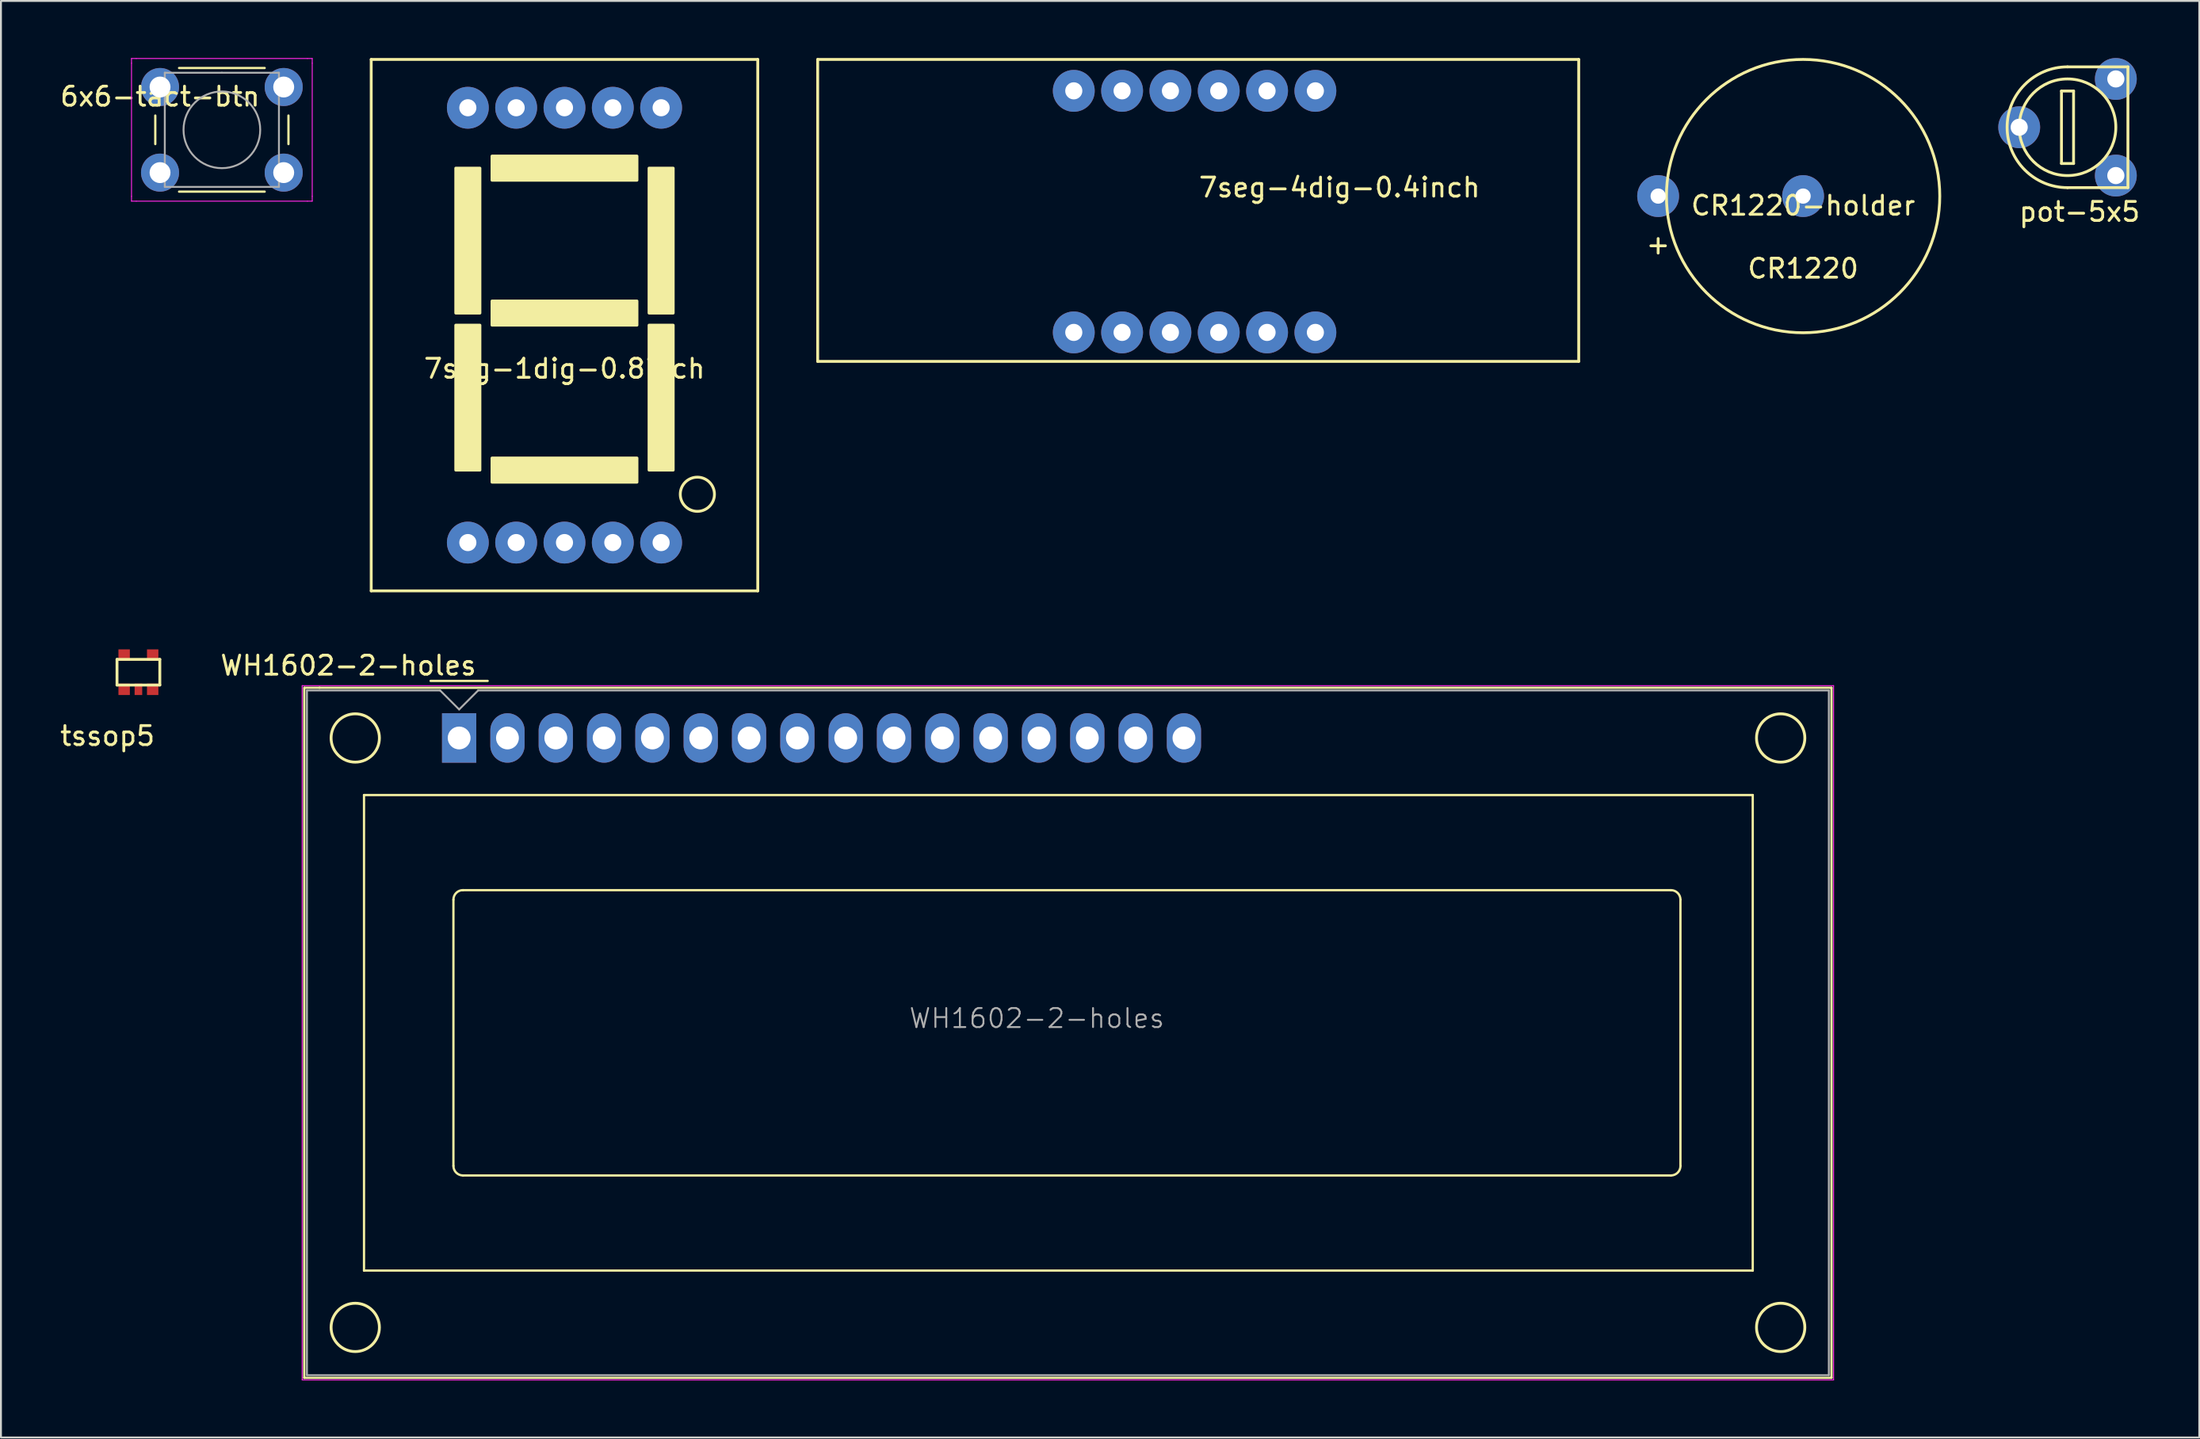
<source format=kicad_pcb>
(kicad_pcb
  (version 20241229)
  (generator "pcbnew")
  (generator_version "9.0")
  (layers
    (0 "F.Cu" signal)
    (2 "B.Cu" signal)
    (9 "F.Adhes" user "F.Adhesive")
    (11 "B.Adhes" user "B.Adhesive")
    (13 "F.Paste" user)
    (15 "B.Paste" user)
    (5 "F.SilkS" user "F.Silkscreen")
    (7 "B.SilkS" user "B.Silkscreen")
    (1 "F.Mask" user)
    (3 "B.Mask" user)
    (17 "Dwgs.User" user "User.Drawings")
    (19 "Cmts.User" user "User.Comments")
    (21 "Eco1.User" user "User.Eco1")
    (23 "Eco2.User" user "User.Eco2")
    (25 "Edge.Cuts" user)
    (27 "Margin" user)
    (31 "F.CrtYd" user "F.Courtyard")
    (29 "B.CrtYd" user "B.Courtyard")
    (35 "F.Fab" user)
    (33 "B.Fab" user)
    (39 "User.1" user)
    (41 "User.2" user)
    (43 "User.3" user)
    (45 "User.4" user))
  (footprint "CR1220-holder"
    (layer "F.Cu")
    (at 91.733 7.259)
    (property "Reference" "CR1220-holder" (at 0 0.5 0) (layer "F.SilkS") (effects (font (size 1 1) (thickness 0.15))))
    (attr through_hole)
    (fp_circle (center 0 0) (end 5.08 5.08) (stroke (width 0.15) (type solid)) (fill no) (layer "F.SilkS"))
    (fp_text user "CR1220" (at 0 3.81 0) (layer "F.SilkS") (effects (font (size 1 1) (thickness 0.15))))
    (fp_text user "+" (at -7.62 2.54 0) (layer "F.SilkS") (effects (font (size 1 1) (thickness 0.15))))
    (pad "1" thru_hole circle (at -7.62 0) (size 2.2 2.2) (drill 0.8) (layers "*.Cu" "*.Mask"))
    (pad "2" thru_hole circle (at 0 0) (size 2.2 2.2) (drill 0.8) (layers "*.Cu" "*.Mask")))
  (footprint "6x6-tact-btn"
    (layer "F.Cu")
    (at 5.363 1.525)
    (property "Reference" "6x6-tact-btn" (at 0 0.5 0) (layer "F.SilkS") (effects (font (size 1 1) (thickness 0.15))))
    (attr through_hole)
    (fp_line (start -0.25 1.5) (end -0.25 3) (stroke (width 0.12) (type solid)) (layer "F.SilkS"))
    (fp_line (start 1 5.5) (end 5.5 5.5) (stroke (width 0.12) (type solid)) (layer "F.SilkS"))
    (fp_line (start 5.5 -1) (end 1 -1) (stroke (width 0.12) (type solid)) (layer "F.SilkS"))
    (fp_line (start 6.75 3) (end 6.75 1.5) (stroke (width 0.12) (type solid)) (layer "F.SilkS"))
    (fp_line (start -1.5 -1.5) (end -1.25 -1.5) (stroke (width 0.05) (type solid)) (layer "F.CrtYd"))
    (fp_line (start -1.5 -1.25) (end -1.5 -1.5) (stroke (width 0.05) (type solid)) (layer "F.CrtYd"))
    (fp_line (start -1.5 5.75) (end -1.5 -1.25) (stroke (width 0.05) (type solid)) (layer "F.CrtYd"))
    (fp_line (start -1.5 5.75) (end -1.5 6) (stroke (width 0.05) (type solid)) (layer "F.CrtYd"))
    (fp_line (start -1.5 6) (end -1.25 6) (stroke (width 0.05) (type solid)) (layer "F.CrtYd"))
    (fp_line (start -1.25 -1.5) (end 7.75 -1.5) (stroke (width 0.05) (type solid)) (layer "F.CrtYd"))
    (fp_line (start 7.75 -1.5) (end 8 -1.5) (stroke (width 0.05) (type solid)) (layer "F.CrtYd"))
    (fp_line (start 7.75 6) (end -1.25 6) (stroke (width 0.05) (type solid)) (layer "F.CrtYd"))
    (fp_line (start 7.75 6) (end 8 6) (stroke (width 0.05) (type solid)) (layer "F.CrtYd"))
    (fp_line (start 8 -1.5) (end 8 -1.25) (stroke (width 0.05) (type solid)) (layer "F.CrtYd"))
    (fp_line (start 8 -1.25) (end 8 5.75) (stroke (width 0.05) (type solid)) (layer "F.CrtYd"))
    (fp_line (start 8 6) (end 8 5.75) (stroke (width 0.05) (type solid)) (layer "F.CrtYd"))
    (fp_line (start 0.25 -0.75) (end 3.25 -0.75) (stroke (width 0.1) (type solid)) (layer "F.Fab"))
    (fp_line (start 0.25 5.25) (end 0.25 -0.75) (stroke (width 0.1) (type solid)) (layer "F.Fab"))
    (fp_line (start 3.25 -0.75) (end 6.25 -0.75) (stroke (width 0.1) (type solid)) (layer "F.Fab"))
    (fp_line (start 6.25 -0.75) (end 6.25 5.25) (stroke (width 0.1) (type solid)) (layer "F.Fab"))
    (fp_line (start 6.25 5.25) (end 0.25 5.25) (stroke (width 0.1) (type solid)) (layer "F.Fab"))
    (fp_circle (center 3.25 2.25) (end 1.25 2.5) (stroke (width 0.1) (type solid)) (fill no) (layer "F.Fab"))
    (pad "1" thru_hole circle (at 0 0 90) (size 2 2) (drill 1.1) (layers "*.Cu" "*.Mask"))
    (pad "1" thru_hole circle (at 6.5 0 90) (size 2 2) (drill 1.1) (layers "*.Cu" "*.Mask"))
    (pad "2" thru_hole circle (at 0 4.5 90) (size 2 2) (drill 1.1) (layers "*.Cu" "*.Mask"))
    (pad "2" thru_hole circle (at 6.5 4.5 90) (size 2 2) (drill 1.1) (layers "*.Cu" "*.Mask")))
  (footprint "7seg-4dig-0.4inch"
    (layer "F.Cu")
    (at 59.745 8.076)
    (property "Reference" "7seg-4dig-0.4inch" (at 7.62 -1.27 0) (layer "F.SilkS") (effects (font (size 1 1) (thickness 0.15))))
    (attr through_hole)
    (fp_line (start -19.812 -8.001) (end 20.193 -8.001) (stroke (width 0.15) (type solid)) (layer "F.SilkS"))
    (fp_line (start -19.812 7.874) (end -19.812 -8.001) (stroke (width 0.15) (type solid)) (layer "F.SilkS"))
    (fp_line (start 20.193 -8.001) (end 20.193 7.874) (stroke (width 0.15) (type solid)) (layer "F.SilkS"))
    (fp_line (start 20.193 7.874) (end -19.812 7.874) (stroke (width 0.15) (type solid)) (layer "F.SilkS"))
    (pad "1" thru_hole circle (at -6.35 -6.35) (size 2.2 2.2) (drill 0.9) (layers "*.Cu" "*.Mask"))
    (pad "2" thru_hole circle (at -3.81 -6.35) (size 2.2 2.2) (drill 0.9) (layers "*.Cu" "*.Mask"))
    (pad "3" thru_hole circle (at -1.27 -6.35) (size 2.2 2.2) (drill 0.9) (layers "*.Cu" "*.Mask"))
    (pad "4" thru_hole circle (at 1.27 -6.35) (size 2.2 2.2) (drill 0.9) (layers "*.Cu" "*.Mask"))
    (pad "5" thru_hole circle (at 3.81 -6.35) (size 2.2 2.2) (drill 0.9) (layers "*.Cu" "*.Mask"))
    (pad "6" thru_hole circle (at 6.35 -6.35) (size 2.2 2.2) (drill 0.9) (layers "*.Cu" "*.Mask"))
    (pad "7" thru_hole circle (at 6.35 6.35) (size 2.2 2.2) (drill 0.9) (layers "*.Cu" "*.Mask"))
    (pad "8" thru_hole circle (at 3.81 6.35) (size 2.2 2.2) (drill 0.9) (layers "*.Cu" "*.Mask"))
    (pad "9" thru_hole circle (at 1.27 6.35) (size 2.2 2.2) (drill 0.9) (layers "*.Cu" "*.Mask"))
    (pad "10" thru_hole circle (at -1.27 6.35) (size 2.2 2.2) (drill 0.9) (layers "*.Cu" "*.Mask"))
    (pad "11" thru_hole circle (at -3.81 6.35) (size 2.2 2.2) (drill 0.9) (layers "*.Cu" "*.Mask"))
    (pad "12" thru_hole circle (at -6.35 6.35) (size 2.2 2.2) (drill 0.9) (layers "*.Cu" "*.Mask")))
  (footprint "tssop5"
    (layer "F.Cu")
    (at 2.601 35.14)
    (property "Reference" "tssop5" (at 0 0.5 0) (layer "F.SilkS") (effects (font (size 1 1) (thickness 0.15))))
    (attr through_hole)
    (fp_line (start 0.5 -3.525) (end 2.75 -3.525) (stroke (width 0.15) (type solid)) (layer "F.SilkS"))
    (fp_line (start 0.5 -2.175) (end 0.5 -3.525) (stroke (width 0.15) (type solid)) (layer "F.SilkS"))
    (fp_line (start 2.75 -3.525) (end 2.75 -2.175) (stroke (width 0.15) (type solid)) (layer "F.SilkS"))
    (fp_line (start 2.75 -2.175) (end 0.5 -2.175) (stroke (width 0.15) (type solid)) (layer "F.SilkS"))
    (pad "1" smd rect (at 0.875 -1.95) (size 0.6 0.6) (layers "F.Cu" "F.Mask" "F.Paste"))
    (pad "2" smd rect (at 1.625 -1.95) (size 0.4 0.6) (layers "F.Cu" "F.Mask" "F.Paste"))
    (pad "3" smd rect (at 2.375 -1.95) (size 0.6 0.6) (layers "F.Cu" "F.Mask" "F.Paste"))
    (pad "4" smd rect (at 2.375 -3.75) (size 0.6 0.6) (layers "F.Cu" "F.Mask" "F.Paste"))
    (pad "5" smd rect (at 0.875 -3.75) (size 0.6 0.6) (layers "F.Cu" "F.Mask" "F.Paste")))
  (footprint "7seg-1dig-0.8inch"
    (layer "F.Cu")
    (at 26.623 15.315)
    (property "Reference" "7seg-1dig-0.8inch" (at 0 1.016 0) (layer "F.SilkS") (effects (font (size 1 1) (thickness 0.15))))
    (attr through_hole)
    (fp_line (start -10.16 -15.24) (end 10.16 -15.24) (stroke (width 0.15) (type solid)) (layer "F.SilkS"))
    (fp_line (start -10.16 12.7) (end -10.16 -15.24) (stroke (width 0.15) (type solid)) (layer "F.SilkS"))
    (fp_line (start 10.16 -15.24) (end 10.16 12.7) (stroke (width 0.15) (type solid)) (layer "F.SilkS"))
    (fp_line (start 10.16 12.7) (end -10.16 12.7) (stroke (width 0.15) (type solid)) (layer "F.SilkS"))
    (fp_circle (center 6.985 7.62) (end 7.62 8.255) (stroke (width 0.15) (type solid)) (fill no) (layer "F.SilkS"))
    (fp_poly (pts (xy -4.445 -9.525) (xy -4.445 -1.905) (xy -5.715 -1.905) (xy -5.715 -9.525)) (stroke (width 0.15) (type solid)) (fill yes) (layer "F.SilkS"))
    (fp_poly (pts (xy -4.445 -1.27) (xy -4.445 6.35) (xy -5.715 6.35) (xy -5.715 -1.27)) (stroke (width 0.15) (type solid)) (fill yes) (layer "F.SilkS"))
    (fp_poly (pts (xy -3.81 -10.16) (xy 3.81 -10.16) (xy 3.81 -8.89) (xy -3.81 -8.89)) (stroke (width 0.15) (type solid)) (fill yes) (layer "F.SilkS"))
    (fp_poly (pts (xy -3.81 -2.54) (xy 3.81 -2.54) (xy 3.81 -1.27) (xy -3.81 -1.27)) (stroke (width 0.15) (type solid)) (fill yes) (layer "F.SilkS"))
    (fp_poly (pts (xy -3.81 5.715) (xy 3.81 5.715) (xy 3.81 6.985) (xy -3.81 6.985)) (stroke (width 0.15) (type solid)) (fill yes) (layer "F.SilkS"))
    (fp_poly (pts (xy 5.715 -9.525) (xy 5.715 -1.905) (xy 4.445 -1.905) (xy 4.445 -9.525)) (stroke (width 0.15) (type solid)) (fill yes) (layer "F.SilkS"))
    (fp_poly (pts (xy 5.715 -1.27) (xy 5.715 6.35) (xy 4.445 6.35) (xy 4.445 -1.27)) (stroke (width 0.15) (type solid)) (fill yes) (layer "F.SilkS"))
    (pad "1" thru_hole circle (at -5.08 10.16) (size 2.2 2.2) (drill 0.9) (layers "*.Cu" "*.Mask"))
    (pad "2" thru_hole circle (at -2.54 10.16) (size 2.2 2.2) (drill 0.9) (layers "*.Cu" "*.Mask"))
    (pad "3" thru_hole circle (at 0 10.16) (size 2.2 2.2) (drill 0.9) (layers "*.Cu" "*.Mask"))
    (pad "4" thru_hole circle (at 2.54 10.16) (size 2.2 2.2) (drill 0.9) (layers "*.Cu" "*.Mask"))
    (pad "5" thru_hole circle (at 5.08 10.16) (size 2.2 2.2) (drill 0.9) (layers "*.Cu" "*.Mask"))
    (pad "6" thru_hole circle (at 5.08 -12.7) (size 2.2 2.2) (drill 0.9) (layers "*.Cu" "*.Mask"))
    (pad "7" thru_hole circle (at 2.54 -12.7) (size 2.2 2.2) (drill 0.9) (layers "*.Cu" "*.Mask"))
    (pad "8" thru_hole circle (at 0 -12.7) (size 2.2 2.2) (drill 0.9) (layers "*.Cu" "*.Mask"))
    (pad "9" thru_hole circle (at -2.54 -12.7) (size 2.2 2.2) (drill 0.9) (layers "*.Cu" "*.Mask"))
    (pad "10" thru_hole circle (at -5.08 -12.7) (size 2.2 2.2) (drill 0.9) (layers "*.Cu" "*.Mask")))
  (footprint "pot-5x5"
    (layer "F.Cu")
    (at 105.632 3.64)
    (property "Reference" "pot-5x5" (at 0.635 4.445 0) (layer "F.SilkS") (effects (font (size 1 1) (thickness 0.15))))
    (attr through_hole)
    (fp_line (start -0.318 -1.905) (end 0.318 -1.905) (stroke (width 0.15) (type solid)) (layer "F.SilkS"))
    (fp_line (start -0.318 1.905) (end -0.318 -1.905) (stroke (width 0.15) (type solid)) (layer "F.SilkS"))
    (fp_line (start 0 -3.175) (end 3.175 -3.175) (stroke (width 0.15) (type solid)) (layer "F.SilkS"))
    (fp_line (start 0.318 -1.905) (end 0.318 1.905) (stroke (width 0.15) (type solid)) (layer "F.SilkS"))
    (fp_line (start 0.318 1.905) (end -0.318 1.905) (stroke (width 0.15) (type solid)) (layer "F.SilkS"))
    (fp_line (start 3.175 -3.175) (end 3.175 3.175) (stroke (width 0.15) (type solid)) (layer "F.SilkS"))
    (fp_line (start 3.175 3.175) (end 0 3.175) (stroke (width 0.15) (type solid)) (layer "F.SilkS"))
    (fp_arc (start 0 3.175) (mid -3.175 0) (end 0 -3.175) (stroke (width 0.15) (type solid)) (layer "F.SilkS"))
    (fp_circle (center 0 0) (end 0 -2.54) (stroke (width 0.15) (type solid)) (fill no) (layer "F.SilkS"))
    (pad "1" thru_hole circle (at 2.54 2.54) (size 2.2 2.2) (drill 0.9) (layers "*.Cu" "*.Mask"))
    (pad "2" thru_hole circle (at -2.54 0) (size 2.2 2.2) (drill 0.9) (layers "*.Cu" "*.Mask"))
    (pad "3" thru_hole circle (at 2.54 -2.54) (size 2.2 2.2) (drill 0.9) (layers "*.Cu" "*.Mask")))
  (footprint "WH1602-2-holes"
    (layer "F.Cu")
    (at 21.085 35.748)
    (property "Reference" "WH1602-2-holes" (at -5.82 -3.81 0) (layer "F.SilkS") (effects (font (size 1 1) (thickness 0.15))))
    (attr through_hole)
    (fp_line (start -8.14 -2.64) (end -8.14 33.64) (stroke (width 0.12) (type solid)) (layer "F.SilkS"))
    (fp_line (start -8.14 33.64) (end 72.14 33.64) (stroke (width 0.12) (type solid)) (layer "F.SilkS"))
    (fp_line (start -8.13 -2.64) (end -7.34 -2.64) (stroke (width 0.12) (type solid)) (layer "F.SilkS"))
    (fp_line (start -5 3) (end 68 3) (stroke (width 0.12) (type solid)) (layer "F.SilkS"))
    (fp_line (start -5 28) (end -5 3) (stroke (width 0.12) (type solid)) (layer "F.SilkS"))
    (fp_line (start -1.5 -3) (end 1.5 -3) (stroke (width 0.12) (type solid)) (layer "F.SilkS"))
    (fp_line (start -0.3 22.499) (end -0.3 8.5) (stroke (width 0.12) (type solid)) (layer "F.SilkS"))
    (fp_line (start 0.2 8) (end 63.7 8) (stroke (width 0.12) (type solid)) (layer "F.SilkS"))
    (fp_line (start 63.701 23) (end 0.2 23) (stroke (width 0.12) (type solid)) (layer "F.SilkS"))
    (fp_line (start 64.2 8.5) (end 64.2 22.5) (stroke (width 0.12) (type solid)) (layer "F.SilkS"))
    (fp_line (start 68 3) (end 68 28) (stroke (width 0.12) (type solid)) (layer "F.SilkS"))
    (fp_line (start 68 28) (end -5 28) (stroke (width 0.12) (type solid)) (layer "F.SilkS"))
    (fp_line (start 72.14 -2.64) (end -7.34 -2.64) (stroke (width 0.12) (type solid)) (layer "F.SilkS"))
    (fp_line (start 72.14 33.64) (end 72.14 -2.64) (stroke (width 0.12) (type solid)) (layer "F.SilkS"))
    (fp_arc (start -0.29972 8.49884) (mid -0.153162 8.145018) (end 0.20066 7.99846) (stroke (width 0.12) (type solid)) (layer "F.SilkS"))
    (fp_arc (start 0.20066 22.9997) (mid -0.153162 22.853142) (end -0.29972 22.49932) (stroke (width 0.12) (type solid)) (layer "F.SilkS"))
    (fp_arc (start 63.7 8) (mid 64.053553 8.146447) (end 64.2 8.5) (stroke (width 0.12) (type solid)) (layer "F.SilkS"))
    (fp_arc (start 64.20104 22.49932) (mid 64.054482 22.853142) (end 63.70066 22.9997) (stroke (width 0.12) (type solid)) (layer "F.SilkS"))
    (fp_circle (center -5.461 0) (end -4.699 1.016) (stroke (width 0.15) (type solid)) (fill no) (layer "F.SilkS"))
    (fp_circle (center -5.461 30.988) (end -4.699 32.004) (stroke (width 0.15) (type solid)) (fill no) (layer "F.SilkS"))
    (fp_circle (center 69.469 0) (end 70.231 1.016) (stroke (width 0.15) (type solid)) (fill no) (layer "F.SilkS"))
    (fp_circle (center 69.469 30.988) (end 70.231 32.004) (stroke (width 0.15) (type solid)) (fill no) (layer "F.SilkS"))
    (fp_line (start -8.25 -2.75) (end -8.25 33.75) (stroke (width 0.05) (type solid)) (layer "F.CrtYd"))
    (fp_line (start -8.25 -2.75) (end 72.25 -2.75) (stroke (width 0.05) (type solid)) (layer "F.CrtYd"))
    (fp_line (start -8.25 33.75) (end 72.25 33.75) (stroke (width 0.05) (type solid)) (layer "F.CrtYd"))
    (fp_line (start 72.25 -2.75) (end 72.25 33.75) (stroke (width 0.05) (type solid)) (layer "F.CrtYd"))
    (fp_line (start -8 33.5) (end -8 -2.5) (stroke (width 0.1) (type solid)) (layer "F.Fab"))
    (fp_line (start -1 -2.5) (end -8 -2.5) (stroke (width 0.1) (type solid)) (layer "F.Fab"))
    (fp_line (start 0 -1.5) (end -1 -2.5) (stroke (width 0.1) (type solid)) (layer "F.Fab"))
    (fp_line (start 1 -2.5) (end 0 -1.5) (stroke (width 0.1) (type solid)) (layer "F.Fab"))
    (fp_line (start 1 -2.5) (end 72 -2.5) (stroke (width 0.1) (type solid)) (layer "F.Fab"))
    (fp_line (start 72 -2.5) (end 72 33.5) (stroke (width 0.1) (type solid)) (layer "F.Fab"))
    (fp_line (start 72 33.5) (end -8 33.5) (stroke (width 0.1) (type solid)) (layer "F.Fab"))
    (fp_text user "${REFERENCE}" (at 30.37 14.74 0) (layer "F.Fab") (effects (font (size 1 1) (thickness 0.1))))
    (pad "1" thru_hole rect (at 0 0) (size 1.8 2.6) (drill 1.2) (layers "*.Cu" "*.Mask"))
    (pad "2" thru_hole oval (at 2.54 0) (size 1.8 2.6) (drill 1.2) (layers "*.Cu" "*.Mask"))
    (pad "3" thru_hole oval (at 5.08 0) (size 1.8 2.6) (drill 1.2) (layers "*.Cu" "*.Mask"))
    (pad "4" thru_hole oval (at 7.62 0) (size 1.8 2.6) (drill 1.2) (layers "*.Cu" "*.Mask"))
    (pad "5" thru_hole oval (at 10.16 0) (size 1.8 2.6) (drill 1.2) (layers "*.Cu" "*.Mask"))
    (pad "6" thru_hole oval (at 12.7 0) (size 1.8 2.6) (drill 1.2) (layers "*.Cu" "*.Mask"))
    (pad "7" thru_hole oval (at 15.24 0) (size 1.8 2.6) (drill 1.2) (layers "*.Cu" "*.Mask"))
    (pad "8" thru_hole oval (at 17.78 0) (size 1.8 2.6) (drill 1.2) (layers "*.Cu" "*.Mask"))
    (pad "9" thru_hole oval (at 20.32 0) (size 1.8 2.6) (drill 1.2) (layers "*.Cu" "*.Mask"))
    (pad "10" thru_hole oval (at 22.86 0) (size 1.8 2.6) (drill 1.2) (layers "*.Cu" "*.Mask"))
    (pad "11" thru_hole oval (at 25.4 0) (size 1.8 2.6) (drill 1.2) (layers "*.Cu" "*.Mask"))
    (pad "12" thru_hole oval (at 27.94 0) (size 1.8 2.6) (drill 1.2) (layers "*.Cu" "*.Mask"))
    (pad "13" thru_hole oval (at 30.48 0) (size 1.8 2.6) (drill 1.2) (layers "*.Cu" "*.Mask"))
    (pad "14" thru_hole oval (at 33.02 0) (size 1.8 2.6) (drill 1.2) (layers "*.Cu" "*.Mask"))
    (pad "15" thru_hole oval (at 35.56 0) (size 1.8 2.6) (drill 1.2) (layers "*.Cu" "*.Mask"))
    (pad "16" thru_hole oval (at 38.1 0) (size 1.8 2.6) (drill 1.2) (layers "*.Cu" "*.Mask")))
  (gr_rect
    (start -3 -3)
    (end 112.559 72.523)
    (stroke (width 0.1) (type default))
    (fill no)
    (layer "Edge.Cuts")))
</source>
